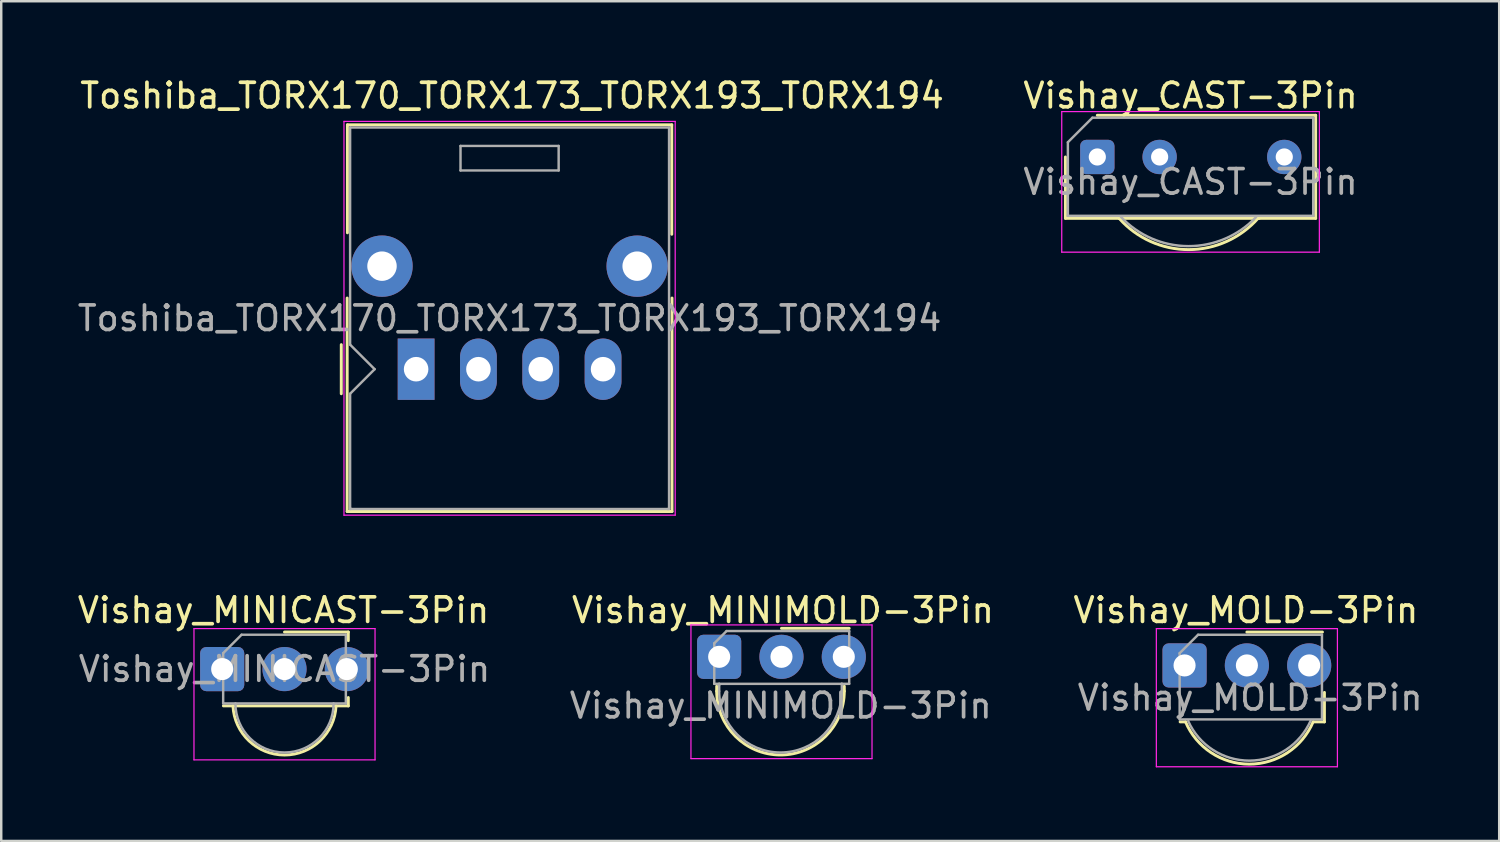
<source format=kicad_pcb>
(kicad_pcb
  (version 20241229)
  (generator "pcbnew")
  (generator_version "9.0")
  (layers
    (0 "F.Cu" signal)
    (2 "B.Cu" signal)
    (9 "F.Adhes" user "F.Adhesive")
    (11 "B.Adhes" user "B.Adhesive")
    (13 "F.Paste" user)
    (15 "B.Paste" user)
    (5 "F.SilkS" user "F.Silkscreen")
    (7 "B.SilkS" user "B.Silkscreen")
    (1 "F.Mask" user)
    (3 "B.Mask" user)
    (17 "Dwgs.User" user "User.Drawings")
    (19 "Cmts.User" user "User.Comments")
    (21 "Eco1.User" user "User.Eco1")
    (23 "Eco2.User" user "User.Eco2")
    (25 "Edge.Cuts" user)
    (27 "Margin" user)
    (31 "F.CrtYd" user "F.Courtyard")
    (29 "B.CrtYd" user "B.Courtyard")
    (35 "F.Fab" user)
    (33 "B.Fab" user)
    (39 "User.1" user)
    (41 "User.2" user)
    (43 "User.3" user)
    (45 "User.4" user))
  (footprint "Toshiba_TORX170_TORX173_TORX193_TORX194"
    (layer "F.Cu")
    (at 13.91 11.998)
    (property "Reference" "Toshiba_TORX170_TORX173_TORX193_TORX194" (at 3.91 -11.15 0) (layer "F.SilkS") (effects (font (size 1 1) (thickness 0.15))))
    (attr through_hole)
    (fp_line (start -3.05 1) (end -3.05 -1) (stroke (width 0.12) (type solid)) (layer "F.SilkS"))
    (fp_line (start -2.81 5.8) (end -2.81 -2.9) (stroke (width 0.12) (type solid)) (layer "F.SilkS"))
    (fp_line (start -2.81 5.8) (end 10.43 5.8) (stroke (width 0.12) (type solid)) (layer "F.SilkS"))
    (fp_line (start -2.8 -9.96) (end -2.8 -5.56) (stroke (width 0.12) (type solid)) (layer "F.SilkS"))
    (fp_line (start 10.42 -9.96) (end -2.8 -9.96) (stroke (width 0.12) (type solid)) (layer "F.SilkS"))
    (fp_line (start 10.42 -9.96) (end 10.42 -5.5) (stroke (width 0.12) (type solid)) (layer "F.SilkS"))
    (fp_line (start 10.43 5.8) (end 10.43 -2.9) (stroke (width 0.12) (type solid)) (layer "F.SilkS"))
    (fp_line (start -2.94 -10.1) (end -2.94 5.95) (stroke (width 0.05) (type solid)) (layer "F.CrtYd"))
    (fp_line (start -2.94 -10.1) (end 10.56 -10.1) (stroke (width 0.05) (type solid)) (layer "F.CrtYd"))
    (fp_line (start 10.56 5.95) (end -2.94 5.95) (stroke (width 0.05) (type solid)) (layer "F.CrtYd"))
    (fp_line (start 10.56 5.95) (end 10.56 -10.1) (stroke (width 0.05) (type solid)) (layer "F.CrtYd"))
    (fp_line (start -2.69 -9.85) (end 10.31 -9.85) (stroke (width 0.1) (type solid)) (layer "F.Fab"))
    (fp_line (start -2.69 -1) (end -2.69 -9.85) (stroke (width 0.1) (type solid)) (layer "F.Fab"))
    (fp_line (start -2.69 5.65) (end -2.69 1) (stroke (width 0.1) (type solid)) (layer "F.Fab"))
    (fp_line (start -2.69 5.65) (end -2.69 5.7) (stroke (width 0.1) (type solid)) (layer "F.Fab"))
    (fp_line (start -2.69 5.7) (end 10.26 5.7) (stroke (width 0.1) (type solid)) (layer "F.Fab"))
    (fp_line (start -1.69 0) (end -2.69 -1) (stroke (width 0.1) (type solid)) (layer "F.Fab"))
    (fp_line (start -1.69 0) (end -2.69 1) (stroke (width 0.1) (type solid)) (layer "F.Fab"))
    (fp_line (start 1.81 -9.1) (end 5.81 -9.1) (stroke (width 0.1) (type solid)) (layer "F.Fab"))
    (fp_line (start 1.81 -8.1) (end 1.81 -9.1) (stroke (width 0.1) (type solid)) (layer "F.Fab"))
    (fp_line (start 5.81 -9.1) (end 5.81 -8.1) (stroke (width 0.1) (type solid)) (layer "F.Fab"))
    (fp_line (start 5.81 -8.1) (end 1.81 -8.1) (stroke (width 0.1) (type solid)) (layer "F.Fab"))
    (fp_line (start 10.26 5.7) (end 10.31 5.7) (stroke (width 0.1) (type solid)) (layer "F.Fab"))
    (fp_line (start 10.31 5.7) (end 10.31 -9.85) (stroke (width 0.1) (type solid)) (layer "F.Fab"))
    (fp_text user "${REFERENCE}" (at 3.81 -2.075 0) (layer "F.Fab") (effects (font (size 1 1) (thickness 0.15))))
    (pad "1" thru_hole rect (at 0 0) (size 1.5 2.5) (drill 1) (layers "*.Cu" "*.Mask"))
    (pad "2" thru_hole oval (at 2.54 0) (size 1.5 2.5) (drill 1) (layers "*.Cu" "*.Mask"))
    (pad "3" thru_hole oval (at 5.08 0) (size 1.5 2.5) (drill 1) (layers "*.Cu" "*.Mask"))
    (pad "4" thru_hole oval (at 7.62 0) (size 1.5 2.5) (drill 1) (layers "*.Cu" "*.Mask"))
    (pad "5" thru_hole circle (at 9.01 -4.2) (size 2.5 2.5) (drill 1.2) (layers "*.Cu" "*.Mask"))
    (pad "6" thru_hole circle (at -1.39 -4.2) (size 2.5 2.5) (drill 1.2) (layers "*.Cu" "*.Mask")))
  (footprint "Vishay_MINIMOLD-3Pin"
    (layer "F.Cu")
    (at 26.262 23.721)
    (property "Reference" "Vishay_MINIMOLD-3Pin" (at 2.6 -1.9 180) (layer "F.SilkS") (effects (font (size 1 1) (thickness 0.15))))
    (attr through_hole)
    (fp_line (start -0.1 1.4) (end -0.1 1.2) (stroke (width 0.12) (type solid)) (layer "F.SilkS"))
    (fp_line (start 5.1 1.4) (end 5.1 1.2) (stroke (width 0.12) (type solid)) (layer "F.SilkS"))
    (fp_line (start 5.3 -1.16) (end 2.54 -1.16) (stroke (width 0.12) (type solid)) (layer "F.SilkS"))
    (fp_arc (start 5.1 1.4) (mid 2.5 4) (end -0.1 1.4) (stroke (width 0.12) (type solid)) (layer "F.SilkS"))
    (fp_line (start -1.15 -1.3) (end -1.15 4.15) (stroke (width 0.05) (type solid)) (layer "F.CrtYd"))
    (fp_line (start -1.15 -1.3) (end 6.23 -1.3) (stroke (width 0.05) (type solid)) (layer "F.CrtYd"))
    (fp_line (start 6.23 4.15) (end -1.15 4.15) (stroke (width 0.05) (type solid)) (layer "F.CrtYd"))
    (fp_line (start 6.23 4.15) (end 6.23 -1.3) (stroke (width 0.05) (type solid)) (layer "F.CrtYd"))
    (fp_line (start -0.2 1.1) (end -0.2 -0.55) (stroke (width 0.1) (type solid)) (layer "F.Fab"))
    (fp_line (start 0 1.1) (end -0.2 1.1) (stroke (width 0.1) (type solid)) (layer "F.Fab"))
    (fp_line (start 0 1.15) (end 0 1.1) (stroke (width 0.1) (type solid)) (layer "F.Fab"))
    (fp_line (start 0 1.4) (end 0 1.15) (stroke (width 0.1) (type solid)) (layer "F.Fab"))
    (fp_line (start 0.3 -1.05) (end -0.2 -0.55) (stroke (width 0.1) (type solid)) (layer "F.Fab"))
    (fp_line (start 0.3 -1.05) (end 5.3 -1.05) (stroke (width 0.1) (type solid)) (layer "F.Fab"))
    (fp_line (start 5 1.1) (end 0 1.1) (stroke (width 0.1) (type solid)) (layer "F.Fab"))
    (fp_line (start 5 1.1) (end 5 1.4) (stroke (width 0.1) (type solid)) (layer "F.Fab"))
    (fp_line (start 5.3 -1.05) (end 5.3 1.1) (stroke (width 0.1) (type solid)) (layer "F.Fab"))
    (fp_line (start 5.3 1.1) (end 5 1.1) (stroke (width 0.1) (type solid)) (layer "F.Fab"))
    (fp_arc (start 5 1.4) (mid 2.5 3.9) (end 0 1.4) (stroke (width 0.1) (type solid)) (layer "F.Fab"))
    (fp_text user "${REFERENCE}" (at 2.51 1.99 0) (layer "F.Fab") (effects (font (size 1 1) (thickness 0.15))))
    (pad "1" thru_hole roundrect (at 0 0) (size 1.8 1.8) (drill 0.9) (layers "*.Cu" "*.Mask") (roundrect_rratio 0.139))
    (pad "2" thru_hole circle (at 2.54 0) (size 1.8 1.8) (drill 0.9) (layers "*.Cu" "*.Mask"))
    (pad "3" thru_hole circle (at 5.08 0) (size 1.8 1.8) (drill 0.9) (layers "*.Cu" "*.Mask")))
  (footprint "Vishay_CAST-3Pin"
    (layer "F.Cu")
    (at 41.675 3.348)
    (property "Reference" "Vishay_CAST-3Pin" (at 3.8 -2.5 0) (layer "F.SilkS") (effects (font (size 1 1) (thickness 0.15))))
    (attr through_hole)
    (fp_line (start -1.3 0) (end -1.3 2.5) (stroke (width 0.12) (type solid)) (layer "F.SilkS"))
    (fp_line (start -1.3 2.5) (end 0.9 2.5) (stroke (width 0.12) (type solid)) (layer "F.SilkS"))
    (fp_line (start 0.9 2.5) (end 6.6 2.5) (stroke (width 0.12) (type solid)) (layer "F.SilkS"))
    (fp_line (start 6.5 2.5) (end 8.9 2.5) (stroke (width 0.12) (type solid)) (layer "F.SilkS"))
    (fp_line (start 8.9 -1.7) (end 0 -1.7) (stroke (width 0.12) (type solid)) (layer "F.SilkS"))
    (fp_line (start 8.9 2.5) (end 8.9 -1.7) (stroke (width 0.12) (type solid)) (layer "F.SilkS"))
    (fp_arc (start 6.55 2.5) (mid 3.722825 3.776095) (end 0.893744 2.504232) (stroke (width 0.12) (type solid)) (layer "F.SilkS"))
    (fp_line (start -1.45 -1.85) (end -1.45 3.88) (stroke (width 0.05) (type solid)) (layer "F.CrtYd"))
    (fp_line (start -1.45 -1.85) (end 9.05 -1.85) (stroke (width 0.05) (type solid)) (layer "F.CrtYd"))
    (fp_line (start 9.05 3.88) (end -1.45 3.88) (stroke (width 0.05) (type solid)) (layer "F.CrtYd"))
    (fp_line (start 9.05 3.88) (end 9.05 -1.85) (stroke (width 0.05) (type solid)) (layer "F.CrtYd"))
    (fp_line (start -1.2 2.4) (end -1.2 -0.6) (stroke (width 0.1) (type solid)) (layer "F.Fab"))
    (fp_line (start -0.2 -1.6) (end -1.2 -0.6) (stroke (width 0.1) (type solid)) (layer "F.Fab"))
    (fp_line (start -0.2 -1.6) (end 8.8 -1.6) (stroke (width 0.1) (type solid)) (layer "F.Fab"))
    (fp_line (start 8.8 -1.6) (end 8.8 2.4) (stroke (width 0.1) (type solid)) (layer "F.Fab"))
    (fp_line (start 8.8 2.4) (end -1.2 2.4) (stroke (width 0.1) (type solid)) (layer "F.Fab"))
    (fp_arc (start 6.47 2.45) (mid 3.710489 3.634496) (end 0.956966 2.436144) (stroke (width 0.1) (type solid)) (layer "F.Fab"))
    (fp_text user "${REFERENCE}" (at 3.8 1.017 0) (layer "F.Fab") (effects (font (size 1 1) (thickness 0.15))))
    (pad "1" thru_hole roundrect (at 0 0) (size 1.4 1.4) (drill 0.7) (layers "*.Cu" "*.Mask") (roundrect_rratio 0.178))
    (pad "2" thru_hole circle (at 2.54 0) (size 1.4 1.4) (drill 0.7) (layers "*.Cu" "*.Mask"))
    (pad "3" thru_hole circle (at 7.62 0) (size 1.4 1.4) (drill 0.7) (layers "*.Cu" "*.Mask")))
  (footprint "Vishay_MOLD-3Pin"
    (layer "F.Cu")
    (at 45.231 24.072)
    (property "Reference" "Vishay_MOLD-3Pin" (at 2.5 -2.25 180) (layer "F.SilkS") (effects (font (size 1 1) (thickness 0.15))))
    (attr through_hole)
    (fp_line (start 0.04 2.3) (end -0.18 2.3) (stroke (width 0.12) (type solid)) (layer "F.SilkS"))
    (fp_line (start 5.62 -1.36) (end 2.54 -1.36) (stroke (width 0.12) (type solid)) (layer "F.SilkS"))
    (fp_line (start 5.7 2.3) (end 5.24 2.3) (stroke (width 0.12) (type solid)) (layer "F.SilkS"))
    (fp_line (start 5.7 2.3) (end 5.7 1.1) (stroke (width 0.12) (type solid)) (layer "F.SilkS"))
    (fp_arc (start 5.24 2.3) (mid 2.64 4.023119) (end 0.04 2.3) (stroke (width 0.12) (type solid)) (layer "F.SilkS"))
    (fp_line (start -1.15 -1.5) (end -1.15 4.13) (stroke (width 0.05) (type solid)) (layer "F.CrtYd"))
    (fp_line (start -1.15 -1.5) (end 6.23 -1.5) (stroke (width 0.05) (type solid)) (layer "F.CrtYd"))
    (fp_line (start 6.23 4.13) (end -1.15 4.13) (stroke (width 0.05) (type solid)) (layer "F.CrtYd"))
    (fp_line (start 6.23 4.13) (end 6.23 -1.5) (stroke (width 0.05) (type solid)) (layer "F.CrtYd"))
    (fp_line (start -0.2 2.2) (end -0.2 -0.5) (stroke (width 0.1) (type solid)) (layer "F.Fab"))
    (fp_line (start 0.55 -1.25) (end -0.2 -0.5) (stroke (width 0.1) (type solid)) (layer "F.Fab"))
    (fp_line (start 0.55 -1.25) (end 5.6 -1.25) (stroke (width 0.1) (type solid)) (layer "F.Fab"))
    (fp_line (start 5.6 -1.25) (end 5.6 2.2) (stroke (width 0.1) (type solid)) (layer "F.Fab"))
    (fp_line (start 5.6 2.2) (end -0.2 2.2) (stroke (width 0.1) (type solid)) (layer "F.Fab"))
    (fp_arc (start 5.14 2.25) (mid 2.651941 3.881274) (end 0.149714 2.271818) (stroke (width 0.1) (type solid)) (layer "F.Fab"))
    (fp_text user "${REFERENCE}" (at 2.675 1.316 0) (layer "F.Fab") (effects (font (size 1 1) (thickness 0.15))))
    (pad "1" thru_hole roundrect (at 0 0) (size 1.8 1.8) (drill 0.9) (layers "*.Cu" "*.Mask") (roundrect_rratio 0.138))
    (pad "2" thru_hole circle (at 2.54 0) (size 1.8 1.8) (drill 0.9) (layers "*.Cu" "*.Mask"))
    (pad "3" thru_hole circle (at 5.08 0) (size 1.8 1.8) (drill 0.9) (layers "*.Cu" "*.Mask")))
  (footprint "Vishay_MINICAST-3Pin"
    (layer "F.Cu")
    (at 6.006 24.221)
    (property "Reference" "Vishay_MINICAST-3Pin" (at 2.5 -2.4 180) (layer "F.SilkS") (effects (font (size 1 1) (thickness 0.15))))
    (attr through_hole)
    (fp_line (start 5.14 -1.51) (end 2.54 -1.51) (stroke (width 0.12) (type solid)) (layer "F.SilkS"))
    (fp_line (start 5.14 -1.16) (end 5.14 -1.51) (stroke (width 0.12) (type solid)) (layer "F.SilkS"))
    (fp_line (start 5.14 1.16) (end 5.14 1.5) (stroke (width 0.12) (type solid)) (layer "F.SilkS"))
    (fp_line (start 5.14 1.5) (end 0.05 1.5) (stroke (width 0.12) (type solid)) (layer "F.SilkS"))
    (fp_arc (start 4.64 1.5) (mid 2.540869 3.502379) (end 0.440083 1.501736) (stroke (width 0.12) (type solid)) (layer "F.SilkS"))
    (fp_line (start -1.15 -1.65) (end -1.15 3.7) (stroke (width 0.05) (type solid)) (layer "F.CrtYd"))
    (fp_line (start -1.15 -1.65) (end 6.23 -1.65) (stroke (width 0.05) (type solid)) (layer "F.CrtYd"))
    (fp_line (start 6.23 3.7) (end -1.15 3.7) (stroke (width 0.05) (type solid)) (layer "F.CrtYd"))
    (fp_line (start 6.23 3.7) (end 6.23 -1.65) (stroke (width 0.05) (type solid)) (layer "F.CrtYd"))
    (fp_line (start 0.04 1.4) (end 0.04 -0.65) (stroke (width 0.1) (type solid)) (layer "F.Fab"))
    (fp_line (start 0.79 -1.4) (end 0.04 -0.65) (stroke (width 0.1) (type solid)) (layer "F.Fab"))
    (fp_line (start 0.79 -1.4) (end 5.04 -1.4) (stroke (width 0.1) (type solid)) (layer "F.Fab"))
    (fp_line (start 5.04 -1.4) (end 5.04 1.4) (stroke (width 0.1) (type solid)) (layer "F.Fab"))
    (fp_line (start 5.04 1.4) (end 0.04 1.4) (stroke (width 0.1) (type solid)) (layer "F.Fab"))
    (fp_arc (start 4.54 1.4) (mid 2.54 3.4) (end 0.54 1.4) (stroke (width 0.1) (type solid)) (layer "F.Fab"))
    (fp_text user "${REFERENCE}" (at 2.54 0 0) (layer "F.Fab") (effects (font (size 1 1) (thickness 0.15))))
    (pad "1" thru_hole roundrect (at 0 0) (size 1.8 1.8) (drill 0.9) (layers "*.Cu" "*.Mask") (roundrect_rratio 0.139))
    (pad "2" thru_hole circle (at 2.54 0) (size 1.8 1.8) (drill 0.9) (layers "*.Cu" "*.Mask"))
    (pad "3" thru_hole circle (at 5.08 0) (size 1.8 1.8) (drill 0.9) (layers "*.Cu" "*.Mask")))
  (gr_rect
    (start -3 -3)
    (end 58.055 31.227)
    (stroke (width 0.1) (type default))
    (fill no)
    (layer "Edge.Cuts")))
</source>
